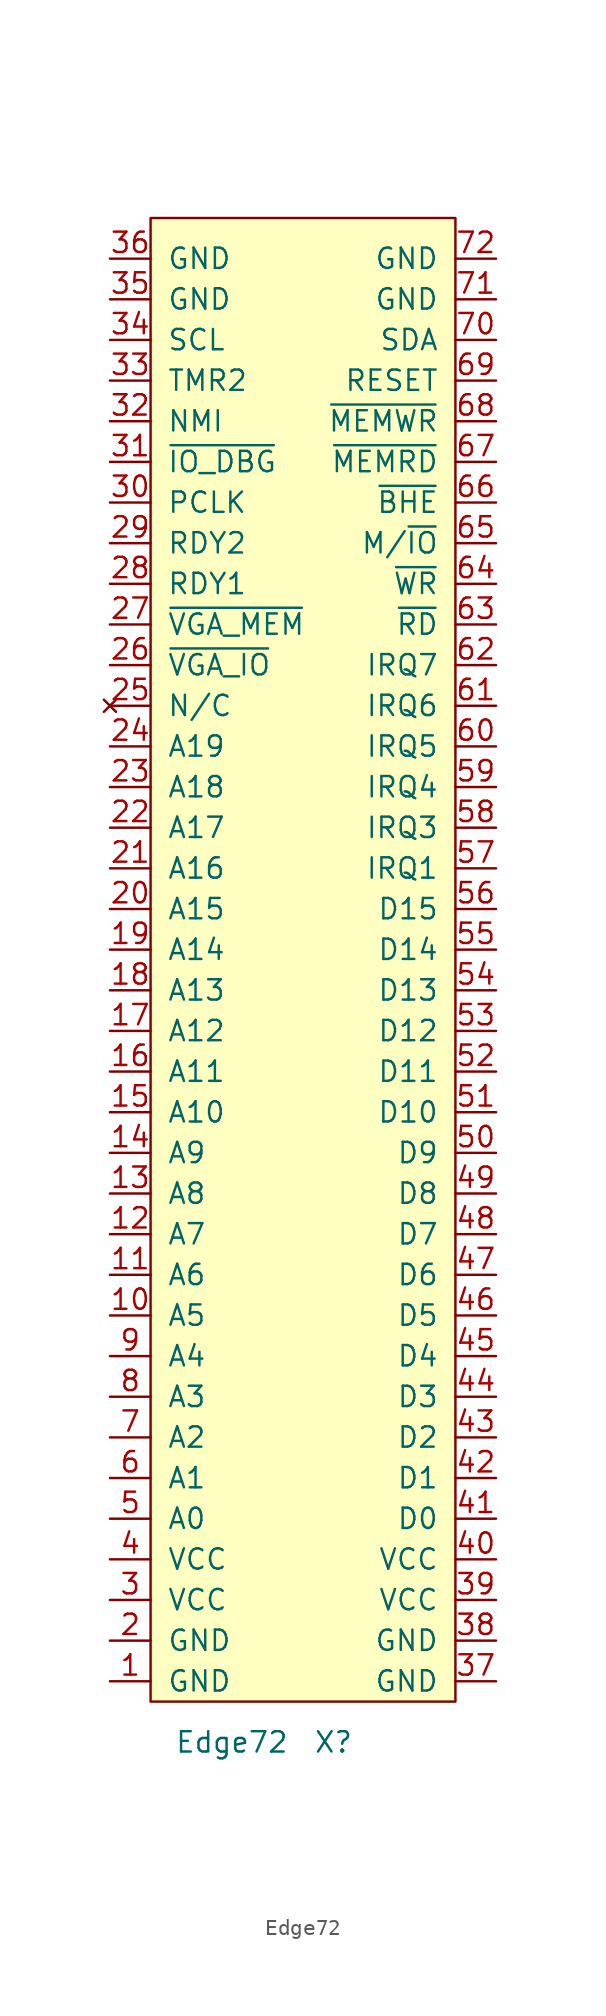
<source format=kicad_sym>
(kicad_symbol_lib
  (version 20220914)
  (generator kicad_symbol_editor)
  (symbol "Edge72"
    (pin_names
      (offset 1.016))
    (property "Reference" "X"
      (at 2.54 -49.53 0)
      (effects (font (size 1.27 1.27))))
    (property "Value" "Edge72"
      (at -3.81 -49.53 0)
      (effects (font (size 1.27 1.27))))
    (symbol "Edge72_0_1"
      (rectangle (start -8.89 45.72) (end 10.16 -46.99) (stroke (width 0) (type solid)) (fill (type background))))
    (symbol "Edge72_1_1"
      (pin passive line (at -11.43 -45.72 0) (length 2.54) (name "GND" (effects (font (size 1.27 1.27)))) (number "1" (effects (font (size 1.27 1.27)))))
      (pin bidirectional line (at -11.43 -22.86 0) (length 2.54) (name "A5" (effects (font (size 1.27 1.27)))) (number "10" (effects (font (size 1.27 1.27)))))
      (pin bidirectional line (at -11.43 -20.32 0) (length 2.54) (name "A6" (effects (font (size 1.27 1.27)))) (number "11" (effects (font (size 1.27 1.27)))))
      (pin bidirectional line (at -11.43 -17.78 0) (length 2.54) (name "A7" (effects (font (size 1.27 1.27)))) (number "12" (effects (font (size 1.27 1.27)))))
      (pin bidirectional line (at -11.43 -15.24 0) (length 2.54) (name "A8" (effects (font (size 1.27 1.27)))) (number "13" (effects (font (size 1.27 1.27)))))
      (pin bidirectional line (at -11.43 -12.7 0) (length 2.54) (name "A9" (effects (font (size 1.27 1.27)))) (number "14" (effects (font (size 1.27 1.27)))))
      (pin bidirectional line (at -11.43 -10.16 0) (length 2.54) (name "A10" (effects (font (size 1.27 1.27)))) (number "15" (effects (font (size 1.27 1.27)))))
      (pin bidirectional line (at -11.43 -7.62 0) (length 2.54) (name "A11" (effects (font (size 1.27 1.27)))) (number "16" (effects (font (size 1.27 1.27)))))
      (pin bidirectional line (at -11.43 -5.08 0) (length 2.54) (name "A12" (effects (font (size 1.27 1.27)))) (number "17" (effects (font (size 1.27 1.27)))))
      (pin bidirectional line (at -11.43 -2.54 0) (length 2.54) (name "A13" (effects (font (size 1.27 1.27)))) (number "18" (effects (font (size 1.27 1.27)))))
      (pin bidirectional line (at -11.43 0 0) (length 2.54) (name "A14" (effects (font (size 1.27 1.27)))) (number "19" (effects (font (size 1.27 1.27)))))
      (pin passive line (at -11.43 -43.18 0) (length 2.54) (name "GND" (effects (font (size 1.27 1.27)))) (number "2" (effects (font (size 1.27 1.27)))))
      (pin bidirectional line (at -11.43 2.54 0) (length 2.54) (name "A15" (effects (font (size 1.27 1.27)))) (number "20" (effects (font (size 1.27 1.27)))))
      (pin bidirectional line (at -11.43 5.08 0) (length 2.54) (name "A16" (effects (font (size 1.27 1.27)))) (number "21" (effects (font (size 1.27 1.27)))))
      (pin bidirectional line (at -11.43 7.62 0) (length 2.54) (name "A17" (effects (font (size 1.27 1.27)))) (number "22" (effects (font (size 1.27 1.27)))))
      (pin bidirectional line (at -11.43 10.16 0) (length 2.54) (name "A18" (effects (font (size 1.27 1.27)))) (number "23" (effects (font (size 1.27 1.27)))))
      (pin bidirectional line (at -11.43 12.7 0) (length 2.54) (name "A19" (effects (font (size 1.27 1.27)))) (number "24" (effects (font (size 1.27 1.27)))))
      (pin no_connect line (at -11.43 15.24 0) (length 2.54) (name "N/C" (effects (font (size 1.27 1.27)))) (number "25" (effects (font (size 1.27 1.27)))))
      (pin bidirectional line (at -11.43 17.78 0) (length 2.54) (name "~{VGA_IO}" (effects (font (size 1.27 1.27)))) (number "26" (effects (font (size 1.27 1.27)))))
      (pin bidirectional line (at -11.43 20.32 0) (length 2.54) (name "~{VGA_MEM}" (effects (font (size 1.27 1.27)))) (number "27" (effects (font (size 1.27 1.27)))))
      (pin passive line (at -11.43 22.86 0) (length 2.54) (name "RDY1" (effects (font (size 1.27 1.27)))) (number "28" (effects (font (size 1.27 1.27)))))
      (pin passive line (at -11.43 25.4 0) (length 2.54) (name "RDY2" (effects (font (size 1.27 1.27)))) (number "29" (effects (font (size 1.27 1.27)))))
      (pin passive line (at -11.43 -40.64 0) (length 2.54) (name "VCC" (effects (font (size 1.27 1.27)))) (number "3" (effects (font (size 1.27 1.27)))))
      (pin passive line (at -11.43 27.94 0) (length 2.54) (name "PCLK" (effects (font (size 1.27 1.27)))) (number "30" (effects (font (size 1.27 1.27)))))
      (pin passive line (at -11.43 30.48 0) (length 2.54) (name "~{IO_DBG}" (effects (font (size 1.27 1.27)))) (number "31" (effects (font (size 1.27 1.27)))))
      (pin passive line (at -11.43 33.02 0) (length 2.54) (name "NMI" (effects (font (size 1.27 1.27)))) (number "32" (effects (font (size 1.27 1.27)))))
      (pin passive line (at -11.43 35.56 0) (length 2.54) (name "TMR2" (effects (font (size 1.27 1.27)))) (number "33" (effects (font (size 1.27 1.27)))))
      (pin passive line (at -11.43 38.1 0) (length 2.54) (name "SCL" (effects (font (size 1.27 1.27)))) (number "34" (effects (font (size 1.27 1.27)))))
      (pin passive line (at -11.43 40.64 0) (length 2.54) (name "GND" (effects (font (size 1.27 1.27)))) (number "35" (effects (font (size 1.27 1.27)))))
      (pin passive line (at -11.43 43.18 0) (length 2.54) (name "GND" (effects (font (size 1.27 1.27)))) (number "36" (effects (font (size 1.27 1.27)))))
      (pin power_out line (at 12.7 -45.72 180) (length 2.54) (name "GND" (effects (font (size 1.27 1.27)))) (number "37" (effects (font (size 1.27 1.27)))))
      (pin passive line (at 12.7 -43.18 180) (length 2.54) (name "GND" (effects (font (size 1.27 1.27)))) (number "38" (effects (font (size 1.27 1.27)))))
      (pin power_out line (at 12.7 -40.64 180) (length 2.54) (name "VCC" (effects (font (size 1.27 1.27)))) (number "39" (effects (font (size 1.27 1.27)))))
      (pin passive line (at -11.43 -38.1 0) (length 2.54) (name "VCC" (effects (font (size 1.27 1.27)))) (number "4" (effects (font (size 1.27 1.27)))))
      (pin passive line (at 12.7 -38.1 180) (length 2.54) (name "VCC" (effects (font (size 1.27 1.27)))) (number "40" (effects (font (size 1.27 1.27)))))
      (pin bidirectional line (at 12.7 -35.56 180) (length 2.54) (name "D0" (effects (font (size 1.27 1.27)))) (number "41" (effects (font (size 1.27 1.27)))))
      (pin bidirectional line (at 12.7 -33.02 180) (length 2.54) (name "D1" (effects (font (size 1.27 1.27)))) (number "42" (effects (font (size 1.27 1.27)))))
      (pin bidirectional line (at 12.7 -30.48 180) (length 2.54) (name "D2" (effects (font (size 1.27 1.27)))) (number "43" (effects (font (size 1.27 1.27)))))
      (pin bidirectional line (at 12.7 -27.94 180) (length 2.54) (name "D3" (effects (font (size 1.27 1.27)))) (number "44" (effects (font (size 1.27 1.27)))))
      (pin bidirectional line (at 12.7 -25.4 180) (length 2.54) (name "D4" (effects (font (size 1.27 1.27)))) (number "45" (effects (font (size 1.27 1.27)))))
      (pin bidirectional line (at 12.7 -22.86 180) (length 2.54) (name "D5" (effects (font (size 1.27 1.27)))) (number "46" (effects (font (size 1.27 1.27)))))
      (pin bidirectional line (at 12.7 -20.32 180) (length 2.54) (name "D6" (effects (font (size 1.27 1.27)))) (number "47" (effects (font (size 1.27 1.27)))))
      (pin bidirectional line (at 12.7 -17.78 180) (length 2.54) (name "D7" (effects (font (size 1.27 1.27)))) (number "48" (effects (font (size 1.27 1.27)))))
      (pin bidirectional line (at 12.7 -15.24 180) (length 2.54) (name "D8" (effects (font (size 1.27 1.27)))) (number "49" (effects (font (size 1.27 1.27)))))
      (pin bidirectional line (at -11.43 -35.56 0) (length 2.54) (name "A0" (effects (font (size 1.27 1.27)))) (number "5" (effects (font (size 1.27 1.27)))))
      (pin bidirectional line (at 12.7 -12.7 180) (length 2.54) (name "D9" (effects (font (size 1.27 1.27)))) (number "50" (effects (font (size 1.27 1.27)))))
      (pin bidirectional line (at 12.7 -10.16 180) (length 2.54) (name "D10" (effects (font (size 1.27 1.27)))) (number "51" (effects (font (size 1.27 1.27)))))
      (pin bidirectional line (at 12.7 -7.62 180) (length 2.54) (name "D11" (effects (font (size 1.27 1.27)))) (number "52" (effects (font (size 1.27 1.27)))))
      (pin bidirectional line (at 12.7 -5.08 180) (length 2.54) (name "D12" (effects (font (size 1.27 1.27)))) (number "53" (effects (font (size 1.27 1.27)))))
      (pin bidirectional line (at 12.7 -2.54 180) (length 2.54) (name "D13" (effects (font (size 1.27 1.27)))) (number "54" (effects (font (size 1.27 1.27)))))
      (pin bidirectional line (at 12.7 0 180) (length 2.54) (name "D14" (effects (font (size 1.27 1.27)))) (number "55" (effects (font (size 1.27 1.27)))))
      (pin bidirectional line (at 12.7 2.54 180) (length 2.54) (name "D15" (effects (font (size 1.27 1.27)))) (number "56" (effects (font (size 1.27 1.27)))))
      (pin passive line (at 12.7 5.08 180) (length 2.54) (name "IRQ1" (effects (font (size 1.27 1.27)))) (number "57" (effects (font (size 1.27 1.27)))))
      (pin passive line (at 12.7 7.62 180) (length 2.54) (name "IRQ3" (effects (font (size 1.27 1.27)))) (number "58" (effects (font (size 1.27 1.27)))))
      (pin passive line (at 12.7 10.16 180) (length 2.54) (name "IRQ4" (effects (font (size 1.27 1.27)))) (number "59" (effects (font (size 1.27 1.27)))))
      (pin bidirectional line (at -11.43 -33.02 0) (length 2.54) (name "A1" (effects (font (size 1.27 1.27)))) (number "6" (effects (font (size 1.27 1.27)))))
      (pin passive line (at 12.7 12.7 180) (length 2.54) (name "IRQ5" (effects (font (size 1.27 1.27)))) (number "60" (effects (font (size 1.27 1.27)))))
      (pin passive line (at 12.7 15.24 180) (length 2.54) (name "IRQ6" (effects (font (size 1.27 1.27)))) (number "61" (effects (font (size 1.27 1.27)))))
      (pin passive line (at 12.7 17.78 180) (length 2.54) (name "IRQ7" (effects (font (size 1.27 1.27)))) (number "62" (effects (font (size 1.27 1.27)))))
      (pin bidirectional line (at 12.7 20.32 180) (length 2.54) (name "~{RD}" (effects (font (size 1.27 1.27)))) (number "63" (effects (font (size 1.27 1.27)))))
      (pin bidirectional line (at 12.7 22.86 180) (length 2.54) (name "~{WR}" (effects (font (size 1.27 1.27)))) (number "64" (effects (font (size 1.27 1.27)))))
      (pin bidirectional line (at 12.7 25.4 180) (length 2.54) (name "M/~{IO}" (effects (font (size 1.27 1.27)))) (number "65" (effects (font (size 1.27 1.27)))))
      (pin bidirectional line (at 12.7 27.94 180) (length 2.54) (name "~{BHE}" (effects (font (size 1.27 1.27)))) (number "66" (effects (font (size 1.27 1.27)))))
      (pin bidirectional line (at 12.7 30.48 180) (length 2.54) (name "~{MEMRD}" (effects (font (size 1.27 1.27)))) (number "67" (effects (font (size 1.27 1.27)))))
      (pin bidirectional line (at 12.7 33.02 180) (length 2.54) (name "~{MEMWR}" (effects (font (size 1.27 1.27)))) (number "68" (effects (font (size 1.27 1.27)))))
      (pin passive line (at 12.7 35.56 180) (length 2.54) (name "RESET" (effects (font (size 1.27 1.27)))) (number "69" (effects (font (size 1.27 1.27)))))
      (pin bidirectional line (at -11.43 -30.48 0) (length 2.54) (name "A2" (effects (font (size 1.27 1.27)))) (number "7" (effects (font (size 1.27 1.27)))))
      (pin passive line (at 12.7 38.1 180) (length 2.54) (name "SDA" (effects (font (size 1.27 1.27)))) (number "70" (effects (font (size 1.27 1.27)))))
      (pin passive line (at 12.7 40.64 180) (length 2.54) (name "GND" (effects (font (size 1.27 1.27)))) (number "71" (effects (font (size 1.27 1.27)))))
      (pin passive line (at 12.7 43.18 180) (length 2.54) (name "GND" (effects (font (size 1.27 1.27)))) (number "72" (effects (font (size 1.27 1.27)))))
      (pin bidirectional line (at -11.43 -27.94 0) (length 2.54) (name "A3" (effects (font (size 1.27 1.27)))) (number "8" (effects (font (size 1.27 1.27)))))
      (pin bidirectional line (at -11.43 -25.4 0) (length 2.54) (name "A4" (effects (font (size 1.27 1.27)))) (number "9" (effects (font (size 1.27 1.27))))))))
</source>
